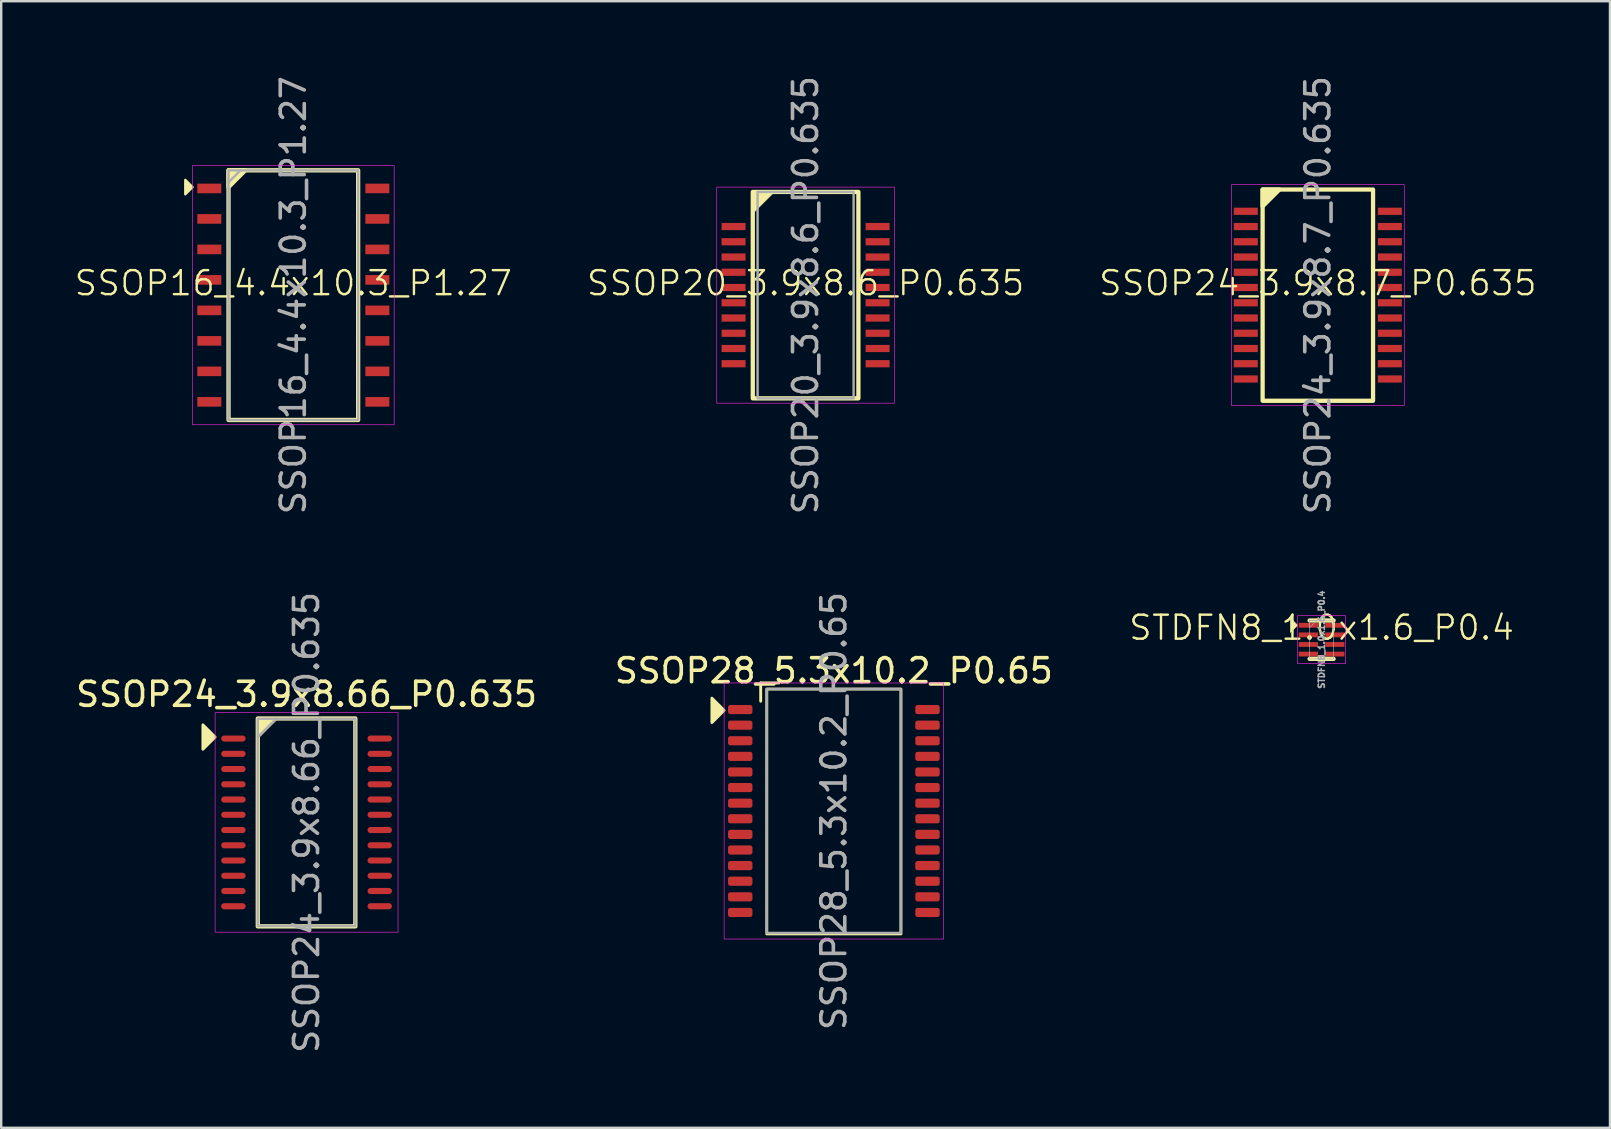
<source format=kicad_pcb>
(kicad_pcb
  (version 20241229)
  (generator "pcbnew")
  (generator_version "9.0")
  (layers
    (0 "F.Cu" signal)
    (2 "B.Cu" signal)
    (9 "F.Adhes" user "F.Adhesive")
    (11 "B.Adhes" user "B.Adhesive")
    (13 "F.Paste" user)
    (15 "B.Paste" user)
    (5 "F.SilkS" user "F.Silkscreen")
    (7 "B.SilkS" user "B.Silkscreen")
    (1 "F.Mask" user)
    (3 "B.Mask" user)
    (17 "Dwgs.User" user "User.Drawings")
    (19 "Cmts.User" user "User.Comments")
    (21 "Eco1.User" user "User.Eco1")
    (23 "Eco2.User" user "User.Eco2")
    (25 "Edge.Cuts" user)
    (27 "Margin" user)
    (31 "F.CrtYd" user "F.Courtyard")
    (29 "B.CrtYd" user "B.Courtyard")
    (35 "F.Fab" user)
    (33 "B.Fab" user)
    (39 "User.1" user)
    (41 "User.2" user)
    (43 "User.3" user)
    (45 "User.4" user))
  (footprint "SSOP20_3.9x8.6_P0.635"
    (layer "F.Cu")
    (at 30.507 9.244)
    (property "Reference" "SSOP20_3.9x8.6_P0.635" (at 0 -0.5 0) (unlocked yes) (layer "F.SilkS") (effects (font (size 1 1) (thickness 0.1))))
    (attr smd)
    (fp_rect (start -2.2 -4.3) (end 2.2 4.3) (stroke (width 0.178) (type default)) (fill no) (layer "F.SilkS"))
    (fp_poly (pts (xy -2.2 -4.3) (xy -2.2 -3.4) (xy -1.3 -4.3)) (stroke (width 0.025) (type solid)) (fill yes) (layer "F.SilkS"))
    (fp_rect (start -3.7 -4.5) (end 3.7 4.5) (stroke (width 0.025) (type default)) (fill no) (layer "F.CrtYd"))
    (fp_rect (start -2 -4.3) (end 2 4.3) (stroke (width 0.1) (type default)) (fill no) (layer "F.Fab"))
    (fp_text user "${REFERENCE}" (at 0 0 90) (unlocked yes) (layer "F.Fab") (effects (font (size 1 1) (thickness 0.15))))
    (pad "1" smd rect (at -3 -2.857) (size 1 0.3) (layers "F.Cu" "F.Mask" "F.Paste"))
    (pad "2" smd rect (at -3 -2.223) (size 1 0.3) (layers "F.Cu" "F.Mask" "F.Paste"))
    (pad "3" smd rect (at -3 -1.587) (size 1 0.3) (layers "F.Cu" "F.Mask" "F.Paste"))
    (pad "4" smd rect (at -3 -0.953) (size 1 0.3) (layers "F.Cu" "F.Mask" "F.Paste"))
    (pad "5" smd rect (at -3 -0.318) (size 1 0.3) (layers "F.Cu" "F.Mask" "F.Paste"))
    (pad "6" smd rect (at -3 0.318) (size 1 0.3) (layers "F.Cu" "F.Mask" "F.Paste"))
    (pad "7" smd rect (at -3 0.953) (size 1 0.3) (layers "F.Cu" "F.Mask" "F.Paste"))
    (pad "8" smd rect (at -3 1.587) (size 1 0.3) (layers "F.Cu" "F.Mask" "F.Paste"))
    (pad "9" smd rect (at -3 2.223) (size 1 0.3) (layers "F.Cu" "F.Mask" "F.Paste"))
    (pad "10" smd rect (at -3 2.857) (size 1 0.3) (layers "F.Cu" "F.Mask" "F.Paste"))
    (pad "11" smd rect (at 3 2.857) (size 1 0.3) (layers "F.Cu" "F.Mask" "F.Paste"))
    (pad "12" smd rect (at 3 2.223) (size 1 0.3) (layers "F.Cu" "F.Mask" "F.Paste"))
    (pad "13" smd rect (at 3 1.587) (size 1 0.3) (layers "F.Cu" "F.Mask" "F.Paste"))
    (pad "14" smd rect (at 3 0.953) (size 1 0.3) (layers "F.Cu" "F.Mask" "F.Paste"))
    (pad "15" smd rect (at 3 0.318) (size 1 0.3) (layers "F.Cu" "F.Mask" "F.Paste"))
    (pad "16" smd rect (at 3 -0.318) (size 1 0.3) (layers "F.Cu" "F.Mask" "F.Paste"))
    (pad "17" smd rect (at 3 -0.953) (size 1 0.3) (layers "F.Cu" "F.Mask" "F.Paste"))
    (pad "18" smd rect (at 3 -1.587) (size 1 0.3) (layers "F.Cu" "F.Mask" "F.Paste"))
    (pad "19" smd rect (at 3 -2.223) (size 1 0.3) (layers "F.Cu" "F.Mask" "F.Paste"))
    (pad "20" smd rect (at 3 -2.857) (size 1 0.3) (layers "F.Cu" "F.Mask" "F.Paste")))
  (footprint "SSOP24_3.9x8.7_P0.635"
    (layer "F.Cu")
    (at 51.845 9.244)
    (property "Reference" "SSOP24_3.9x8.7_P0.635" (at 0 -0.5 0) (unlocked yes) (layer "F.SilkS") (effects (font (size 1 1) (thickness 0.1))))
    (attr smd)
    (fp_rect (start -2.3 -4.4) (end 2.3 4.4) (stroke (width 0.178) (type default)) (fill no) (layer "F.SilkS"))
    (fp_poly (pts (xy -2.3 -4.4) (xy -2.3 -3.7) (xy -1.6 -4.4)) (stroke (width 0.178) (type solid)) (fill yes) (layer "F.SilkS"))
    (fp_rect (start -3.6 -4.6) (end 3.6 4.6) (stroke (width 0.025) (type default)) (fill no) (layer "F.CrtYd"))
    (fp_text user "${REFERENCE}" (at 0 0 90) (unlocked yes) (layer "F.Fab") (effects (font (size 1 1) (thickness 0.15))))
    (pad "1" smd rect (at -3 -3.493) (size 1 0.3) (layers "F.Cu" "F.Mask" "F.Paste"))
    (pad "2" smd rect (at -3 -2.857) (size 1 0.3) (layers "F.Cu" "F.Mask" "F.Paste"))
    (pad "3" smd rect (at -3 -2.223) (size 1 0.3) (layers "F.Cu" "F.Mask" "F.Paste"))
    (pad "4" smd rect (at -3 -1.587) (size 1 0.3) (layers "F.Cu" "F.Mask" "F.Paste"))
    (pad "5" smd rect (at -3 -0.953) (size 1 0.3) (layers "F.Cu" "F.Mask" "F.Paste"))
    (pad "6" smd rect (at -3 -0.318) (size 1 0.3) (layers "F.Cu" "F.Mask" "F.Paste"))
    (pad "7" smd rect (at -3 0.318) (size 1 0.3) (layers "F.Cu" "F.Mask" "F.Paste"))
    (pad "8" smd rect (at -3 0.953) (size 1 0.3) (layers "F.Cu" "F.Mask" "F.Paste"))
    (pad "9" smd rect (at -3 1.587) (size 1 0.3) (layers "F.Cu" "F.Mask" "F.Paste"))
    (pad "10" smd rect (at -3 2.223) (size 1 0.3) (layers "F.Cu" "F.Mask" "F.Paste"))
    (pad "11" smd rect (at -3 2.857) (size 1 0.3) (layers "F.Cu" "F.Mask" "F.Paste"))
    (pad "12" smd rect (at -3 3.493) (size 1 0.3) (layers "F.Cu" "F.Mask" "F.Paste"))
    (pad "13" smd rect (at 3 3.493) (size 1 0.3) (layers "F.Cu" "F.Mask" "F.Paste"))
    (pad "14" smd rect (at 3 2.857) (size 1 0.3) (layers "F.Cu" "F.Mask" "F.Paste"))
    (pad "15" smd rect (at 3 2.223) (size 1 0.3) (layers "F.Cu" "F.Mask" "F.Paste"))
    (pad "16" smd rect (at 3 1.587) (size 1 0.3) (layers "F.Cu" "F.Mask" "F.Paste"))
    (pad "17" smd rect (at 3 0.953) (size 1 0.3) (layers "F.Cu" "F.Mask" "F.Paste"))
    (pad "18" smd rect (at 3 0.318) (size 1 0.3) (layers "F.Cu" "F.Mask" "F.Paste"))
    (pad "19" smd rect (at 3 -0.318) (size 1 0.3) (layers "F.Cu" "F.Mask" "F.Paste"))
    (pad "20" smd rect (at 3 -0.953) (size 1 0.3) (layers "F.Cu" "F.Mask" "F.Paste"))
    (pad "21" smd rect (at 3 -1.587) (size 1 0.3) (layers "F.Cu" "F.Mask" "F.Paste"))
    (pad "22" smd rect (at 3 -2.223) (size 1 0.3) (layers "F.Cu" "F.Mask" "F.Paste"))
    (pad "23" smd rect (at 3 -2.857) (size 1 0.3) (layers "F.Cu" "F.Mask" "F.Paste"))
    (pad "24" smd rect (at 3 -3.493) (size 1 0.3) (layers "F.Cu" "F.Mask" "F.Paste")))
  (footprint "SSOP16_4.4x10.3_P1.27"
    (layer "F.Cu")
    (at 9.169 9.244)
    (property "Reference" "SSOP16_4.4x10.3_P1.27" (at 0 -0.5 0) (unlocked yes) (layer "F.SilkS") (effects (font (size 1 1) (thickness 0.1))))
    (attr smd)
    (fp_rect (start -2.7 -5.2) (end 2.7 5.2) (stroke (width 0.178) (type default)) (fill no) (layer "F.SilkS"))
    (fp_poly (pts (xy -4.2 -4.5) (xy -4.5 -4.8) (xy -4.5 -4.2)) (stroke (width 0.1) (type solid)) (fill yes) (layer "F.SilkS"))
    (fp_poly (pts (xy -2.7 -5.2) (xy -2.7 -4.5) (xy -2 -5.2)) (stroke (width 0.178) (type solid)) (fill yes) (layer "F.SilkS"))
    (fp_rect (start -4.2 -5.4) (end 4.2 5.4) (stroke (width 0.025) (type default)) (fill no) (layer "F.CrtYd"))
    (fp_line (start -2.7 -4.7) (end -2.2 -5.2) (stroke (width 0.1) (type default)) (layer "F.Fab"))
    (fp_rect (start -2.7 -5.2) (end 2.7 5.2) (stroke (width 0.1) (type default)) (fill no) (layer "F.Fab"))
    (fp_text user "${REFERENCE}" (at 0 0 90) (unlocked yes) (layer "F.Fab") (effects (font (size 1 1) (thickness 0.15))))
    (pad "1" smd rect (at -3.5 -4.445) (size 1 0.4) (layers "F.Cu" "F.Mask" "F.Paste"))
    (pad "2" smd rect (at -3.5 -3.175) (size 1 0.4) (layers "F.Cu" "F.Mask" "F.Paste"))
    (pad "3" smd rect (at -3.5 -1.905) (size 1 0.4) (layers "F.Cu" "F.Mask" "F.Paste"))
    (pad "4" smd rect (at -3.5 -0.635) (size 1 0.4) (layers "F.Cu" "F.Mask" "F.Paste"))
    (pad "5" smd rect (at -3.5 0.635) (size 1 0.4) (layers "F.Cu" "F.Mask" "F.Paste"))
    (pad "6" smd rect (at -3.5 1.905) (size 1 0.4) (layers "F.Cu" "F.Mask" "F.Paste"))
    (pad "7" smd rect (at -3.5 3.175) (size 1 0.4) (layers "F.Cu" "F.Mask" "F.Paste"))
    (pad "8" smd rect (at -3.5 4.445) (size 1 0.4) (layers "F.Cu" "F.Mask" "F.Paste"))
    (pad "9" smd rect (at 3.5 4.445) (size 1 0.4) (layers "F.Cu" "F.Mask" "F.Paste"))
    (pad "10" smd rect (at 3.5 3.175) (size 1 0.4) (layers "F.Cu" "F.Mask" "F.Paste"))
    (pad "11" smd rect (at 3.5 1.905) (size 1 0.4) (layers "F.Cu" "F.Mask" "F.Paste"))
    (pad "12" smd rect (at 3.5 0.635) (size 1 0.4) (layers "F.Cu" "F.Mask" "F.Paste"))
    (pad "13" smd rect (at 3.5 -0.635) (size 1 0.4) (layers "F.Cu" "F.Mask" "F.Paste"))
    (pad "14" smd rect (at 3.5 -1.905) (size 1 0.4) (layers "F.Cu" "F.Mask" "F.Paste"))
    (pad "15" smd rect (at 3.5 -3.175) (size 1 0.4) (layers "F.Cu" "F.Mask" "F.Paste"))
    (pad "16" smd rect (at 3.5 -4.445) (size 1 0.4) (layers "F.Cu" "F.Mask" "F.Paste")))
  (footprint "STDFN8_1.0x1.6_P0.4"
    (layer "F.Cu")
    (at 52.002 23.596)
    (property "Reference" "STDFN8_1.0x1.6_P0.4" (at 0 -0.5 0) (unlocked yes) (layer "F.SilkS") (effects (font (size 1 1) (thickness 0.1))))
    (attr smd)
    (fp_line (start -0.5 -0.8) (end 0.5 -0.8) (stroke (width 0.178) (type default)) (layer "F.SilkS"))
    (fp_line (start -0.5 0.8) (end 0.5 0.8) (stroke (width 0.178) (type default)) (layer "F.SilkS"))
    (fp_poly (pts (xy -1 -0.6) (xy -1.3 -0.9) (xy -1.3 -0.3)) (stroke (width 0.025) (type solid)) (fill yes) (layer "F.SilkS"))
    (fp_rect (start -1 1) (end 1 -1) (stroke (width 0.025) (type default)) (fill no) (layer "F.CrtYd"))
    (fp_rect (start -0.5 0.8) (end 0.5 -0.8) (stroke (width 0.025) (type default)) (fill no) (layer "F.Fab"))
    (fp_poly (pts (xy -0.5 -0.8) (xy -0.5 -0.5) (xy -0.2 -0.8)) (stroke (width 0.025) (type solid)) (fill no) (layer "F.Fab"))
    (fp_text user "${REFERENCE}" (at 0 0 90) (unlocked yes) (layer "F.Fab") (effects (font (size 0.254 0.254) (thickness 0.064) (bold yes))))
    (pad "1" smd rect (at -0.55 -0.6) (size 0.8 0.2) (layers "F.Cu" "F.Mask" "F.Paste"))
    (pad "2" smd rect (at -0.55 -0.2) (size 0.8 0.2) (layers "F.Cu" "F.Mask" "F.Paste"))
    (pad "3" smd rect (at -0.55 0.2) (size 0.8 0.2) (layers "F.Cu" "F.Mask" "F.Paste"))
    (pad "4" smd rect (at -0.55 0.6) (size 0.8 0.2) (layers "F.Cu" "F.Mask" "F.Paste"))
    (pad "5" smd rect (at 0.55 0.6) (size 0.8 0.2) (layers "F.Cu" "F.Mask" "F.Paste"))
    (pad "6" smd rect (at 0.55 0.2) (size 0.8 0.2) (layers "F.Cu" "F.Mask" "F.Paste"))
    (pad "7" smd rect (at 0.55 -0.2) (size 0.8 0.2) (layers "F.Cu" "F.Mask" "F.Paste"))
    (pad "8" smd rect (at 0.55 -0.6) (size 0.8 0.2) (layers "F.Cu" "F.Mask" "F.Paste")))
  (footprint "SSOP28_5.3x10.2_P0.65"
    (layer "F.Cu")
    (at 31.685 30.732)
    (property "Reference" "SSOP28_5.3x10.2_P0.65" (at 0 -5.842 0) (unlocked yes) (layer "F.SilkS") (effects (font (size 1 1) (thickness 0.15))))
    (attr smd)
    (fp_line (start -3.048 -5.334) (end -2.286 -5.334) (stroke (width 0.12) (type solid)) (layer "F.SilkS"))
    (fp_line (start -3.048 -4.572) (end -3.048 -5.334) (stroke (width 0.12) (type solid)) (layer "F.SilkS"))
    (fp_rect (start -2.794 -5.08) (end 2.794 5.12) (stroke (width 0.12) (type solid)) (fill no) (layer "F.SilkS"))
    (fp_poly (pts (xy -4.572 -4.191) (xy -5.08 -3.683) (xy -5.08 -4.699)) (stroke (width 0.12) (type solid)) (fill yes) (layer "F.SilkS"))
    (fp_rect (start -4.572 -5.334) (end 4.572 5.334) (stroke (width 0.025) (type solid)) (fill no) (layer "F.CrtYd"))
    (fp_rect (start -2.794 -5.08) (end 2.794 5.08) (stroke (width 0.1) (type solid)) (fill no) (layer "F.Fab"))
    (fp_text user "${REFERENCE}" (at 0 0 90) (unlocked yes) (layer "F.Fab") (effects (font (size 1 1) (thickness 0.15))))
    (pad "1" smd roundrect (at -3.9 -4.225) (size 1.016 0.381) (layers "F.Cu" "F.Mask" "F.Paste") (roundrect_rratio 0.25))
    (pad "2" smd roundrect (at -3.9 -3.575) (size 1.016 0.381) (layers "F.Cu" "F.Mask" "F.Paste") (roundrect_rratio 0.25))
    (pad "3" smd roundrect (at -3.9 -2.925) (size 1.016 0.381) (layers "F.Cu" "F.Mask" "F.Paste") (roundrect_rratio 0.25))
    (pad "4" smd roundrect (at -3.9 -2.275) (size 1.016 0.381) (layers "F.Cu" "F.Mask" "F.Paste") (roundrect_rratio 0.25))
    (pad "5" smd roundrect (at -3.9 -1.625) (size 1.016 0.381) (layers "F.Cu" "F.Mask" "F.Paste") (roundrect_rratio 0.25))
    (pad "6" smd roundrect (at -3.9 -0.975) (size 1.016 0.381) (layers "F.Cu" "F.Mask" "F.Paste") (roundrect_rratio 0.25))
    (pad "7" smd roundrect (at -3.9 -0.325) (size 1.016 0.381) (layers "F.Cu" "F.Mask" "F.Paste") (roundrect_rratio 0.25))
    (pad "8" smd roundrect (at -3.9 0.325) (size 1.016 0.381) (layers "F.Cu" "F.Mask" "F.Paste") (roundrect_rratio 0.25))
    (pad "9" smd roundrect (at -3.9 0.975) (size 1.016 0.381) (layers "F.Cu" "F.Mask" "F.Paste") (roundrect_rratio 0.25))
    (pad "10" smd roundrect (at -3.9 1.625) (size 1.016 0.381) (layers "F.Cu" "F.Mask" "F.Paste") (roundrect_rratio 0.25))
    (pad "11" smd roundrect (at -3.9 2.275) (size 1.016 0.381) (layers "F.Cu" "F.Mask" "F.Paste") (roundrect_rratio 0.25))
    (pad "12" smd roundrect (at -3.9 2.925) (size 1.016 0.381) (layers "F.Cu" "F.Mask" "F.Paste") (roundrect_rratio 0.25))
    (pad "13" smd roundrect (at -3.9 3.575) (size 1.016 0.381) (layers "F.Cu" "F.Mask" "F.Paste") (roundrect_rratio 0.25))
    (pad "14" smd roundrect (at -3.9 4.225) (size 1.016 0.381) (layers "F.Cu" "F.Mask" "F.Paste") (roundrect_rratio 0.25))
    (pad "15" smd roundrect (at 3.9 4.225) (size 1.016 0.381) (layers "F.Cu" "F.Mask" "F.Paste") (roundrect_rratio 0.25))
    (pad "16" smd roundrect (at 3.9 3.575) (size 1.016 0.381) (layers "F.Cu" "F.Mask" "F.Paste") (roundrect_rratio 0.25))
    (pad "17" smd roundrect (at 3.9 2.925) (size 1.016 0.381) (layers "F.Cu" "F.Mask" "F.Paste") (roundrect_rratio 0.25))
    (pad "18" smd roundrect (at 3.9 2.275) (size 1.016 0.381) (layers "F.Cu" "F.Mask" "F.Paste") (roundrect_rratio 0.25))
    (pad "19" smd roundrect (at 3.9 1.625) (size 1.016 0.381) (layers "F.Cu" "F.Mask" "F.Paste") (roundrect_rratio 0.25))
    (pad "20" smd roundrect (at 3.9 0.975) (size 1.016 0.381) (layers "F.Cu" "F.Mask" "F.Paste") (roundrect_rratio 0.25))
    (pad "21" smd roundrect (at 3.9 0.325) (size 1.016 0.381) (layers "F.Cu" "F.Mask" "F.Paste") (roundrect_rratio 0.25))
    (pad "22" smd roundrect (at 3.9 -0.325) (size 1.016 0.381) (layers "F.Cu" "F.Mask" "F.Paste") (roundrect_rratio 0.25))
    (pad "23" smd roundrect (at 3.9 -0.975) (size 1.016 0.381) (layers "F.Cu" "F.Mask" "F.Paste") (roundrect_rratio 0.25))
    (pad "24" smd roundrect (at 3.9 -1.625) (size 1.016 0.381) (layers "F.Cu" "F.Mask" "F.Paste") (roundrect_rratio 0.25))
    (pad "25" smd roundrect (at 3.9 -2.275) (size 1.016 0.381) (layers "F.Cu" "F.Mask" "F.Paste") (roundrect_rratio 0.25))
    (pad "26" smd roundrect (at 3.9 -2.925) (size 1.016 0.381) (layers "F.Cu" "F.Mask" "F.Paste") (roundrect_rratio 0.25))
    (pad "27" smd roundrect (at 3.9 -3.575) (size 1.016 0.381) (layers "F.Cu" "F.Mask" "F.Paste") (roundrect_rratio 0.25))
    (pad "28" smd roundrect (at 3.9 -4.225) (size 1.016 0.381) (layers "F.Cu" "F.Mask" "F.Paste") (roundrect_rratio 0.25)))
  (footprint "SSOP24_3.9x8.66_P0.635"
    (layer "F.Cu")
    (at 9.72 31.208)
    (property "Reference" "SSOP24_3.9x8.66_P0.635" (at 0 -5.334 0) (unlocked yes) (layer "F.SilkS") (effects (font (size 1 1) (thickness 0.15))))
    (attr smd)
    (fp_rect (start -2.032 -4.33) (end 2.032 4.33) (stroke (width 0.178) (type solid)) (fill no) (layer "F.SilkS"))
    (fp_poly (pts (xy -3.81 -3.556) (xy -4.318 -3.048) (xy -4.318 -4.064)) (stroke (width 0.12) (type solid)) (fill yes) (layer "F.SilkS"))
    (fp_poly (pts (xy -1.27 -4.318) (xy -2.032 -3.556) (xy -2.032 -4.33)) (stroke (width 0.12) (type solid)) (fill yes) (layer "F.SilkS"))
    (fp_rect (start -3.81 -4.572) (end 3.81 4.572) (stroke (width 0.025) (type solid)) (fill no) (layer "F.CrtYd"))
    (fp_line (start -2.032 -3.556) (end -1.27 -4.318) (stroke (width 0.1) (type solid)) (layer "F.Fab"))
    (fp_rect (start -2.032 -4.318) (end 2.032 4.318) (stroke (width 0.1) (type solid)) (fill no) (layer "F.Fab"))
    (fp_text user "${REFERENCE}" (at 0 0 90) (unlocked yes) (layer "F.Fab") (effects (font (size 1 1) (thickness 0.15))))
    (pad "1" smd oval (at -3.048 -3.493) (size 1.016 0.254) (layers "F.Cu" "F.Mask" "F.Paste"))
    (pad "2" smd oval (at -3.048 -2.857) (size 1.016 0.254) (layers "F.Cu" "F.Mask" "F.Paste"))
    (pad "3" smd oval (at -3.048 -2.223) (size 1.016 0.254) (layers "F.Cu" "F.Mask" "F.Paste"))
    (pad "4" smd oval (at -3.048 -1.587) (size 1.016 0.254) (layers "F.Cu" "F.Mask" "F.Paste"))
    (pad "5" smd oval (at -3.048 -0.953) (size 1.016 0.254) (layers "F.Cu" "F.Mask" "F.Paste"))
    (pad "6" smd oval (at -3.048 -0.318) (size 1.016 0.254) (layers "F.Cu" "F.Mask" "F.Paste"))
    (pad "7" smd oval (at -3.048 0.318) (size 1.016 0.254) (layers "F.Cu" "F.Mask" "F.Paste"))
    (pad "8" smd oval (at -3.048 0.953) (size 1.016 0.254) (layers "F.Cu" "F.Mask" "F.Paste"))
    (pad "9" smd oval (at -3.048 1.587) (size 1.016 0.254) (layers "F.Cu" "F.Mask" "F.Paste"))
    (pad "10" smd oval (at -3.048 2.223) (size 1.016 0.254) (layers "F.Cu" "F.Mask" "F.Paste"))
    (pad "11" smd oval (at -3.048 2.857) (size 1.016 0.254) (layers "F.Cu" "F.Mask" "F.Paste"))
    (pad "12" smd oval (at -3.048 3.493) (size 1.016 0.254) (layers "F.Cu" "F.Mask" "F.Paste"))
    (pad "13" smd oval (at 3.048 3.493) (size 1.016 0.254) (layers "F.Cu" "F.Mask" "F.Paste"))
    (pad "14" smd oval (at 3.048 2.857) (size 1.016 0.254) (layers "F.Cu" "F.Mask" "F.Paste"))
    (pad "15" smd oval (at 3.048 2.223) (size 1.016 0.254) (layers "F.Cu" "F.Mask" "F.Paste"))
    (pad "16" smd oval (at 3.048 1.587) (size 1.016 0.254) (layers "F.Cu" "F.Mask" "F.Paste"))
    (pad "17" smd oval (at 3.048 0.953) (size 1.016 0.254) (layers "F.Cu" "F.Mask" "F.Paste"))
    (pad "18" smd oval (at 3.048 0.318) (size 1.016 0.254) (layers "F.Cu" "F.Mask" "F.Paste"))
    (pad "19" smd oval (at 3.048 -0.318) (size 1.016 0.254) (layers "F.Cu" "F.Mask" "F.Paste"))
    (pad "20" smd oval (at 3.048 -0.953) (size 1.016 0.254) (layers "F.Cu" "F.Mask" "F.Paste"))
    (pad "21" smd oval (at 3.048 -1.587) (size 1.016 0.254) (layers "F.Cu" "F.Mask" "F.Paste"))
    (pad "22" smd oval (at 3.048 -2.223) (size 1.016 0.254) (layers "F.Cu" "F.Mask" "F.Paste"))
    (pad "23" smd oval (at 3.048 -2.857) (size 1.016 0.254) (layers "F.Cu" "F.Mask" "F.Paste"))
    (pad "24" smd oval (at 3.048 -3.493) (size 1.016 0.254) (layers "F.Cu" "F.Mask" "F.Paste")))
  (gr_rect
    (start -3 -3)
    (end 64.014 43.929)
    (stroke (width 0.1) (type default))
    (fill no)
    (layer "Edge.Cuts")))
</source>
